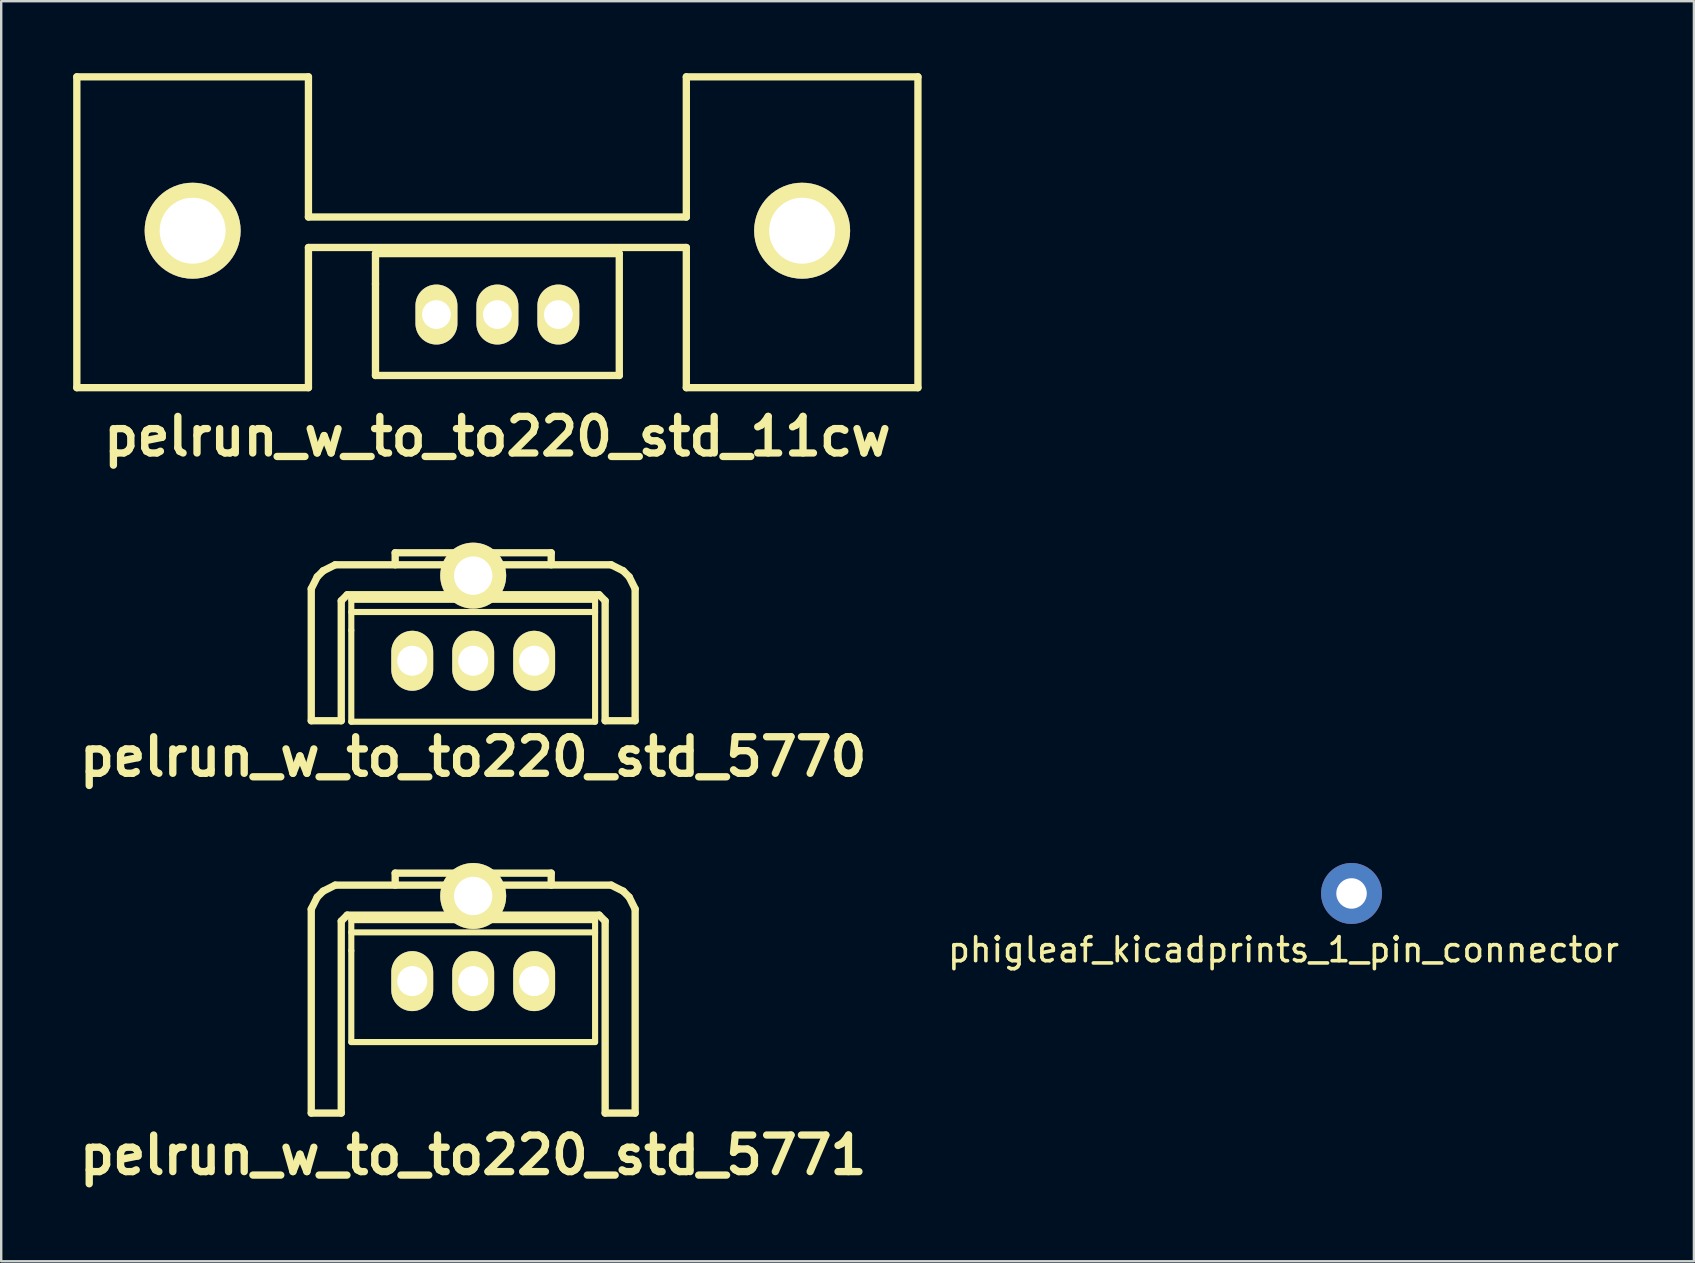
<source format=kicad_pcb>
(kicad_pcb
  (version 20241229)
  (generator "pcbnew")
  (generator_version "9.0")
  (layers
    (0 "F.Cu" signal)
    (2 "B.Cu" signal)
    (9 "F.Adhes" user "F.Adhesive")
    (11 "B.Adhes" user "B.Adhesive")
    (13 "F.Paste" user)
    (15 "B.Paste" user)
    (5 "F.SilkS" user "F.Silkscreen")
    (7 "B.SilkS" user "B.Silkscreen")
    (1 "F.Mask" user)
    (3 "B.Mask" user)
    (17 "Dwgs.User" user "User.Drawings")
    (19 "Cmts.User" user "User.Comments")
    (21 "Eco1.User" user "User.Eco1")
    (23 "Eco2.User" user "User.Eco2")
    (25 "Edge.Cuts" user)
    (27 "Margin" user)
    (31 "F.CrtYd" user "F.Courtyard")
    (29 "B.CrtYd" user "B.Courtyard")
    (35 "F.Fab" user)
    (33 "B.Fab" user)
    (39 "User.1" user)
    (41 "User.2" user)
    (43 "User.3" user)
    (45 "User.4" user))
  (footprint "pelrun_w_to_to220_std_5771"
    (layer "F.Cu")
    (at 16.67 37.837)
    (property "Reference" "pelrun_w_to_to220_std_5771" (at 0 7.249 0) (layer "F.SilkS") (effects (font (size 1.524 1.524) (thickness 0.305))))
    (attr through_hole)
    (fp_line (start -6.749 -3) (end -6.749 5.499) (stroke (width 0.305) (type solid)) (layer "F.SilkS"))
    (fp_line (start -6.749 -3) (end -6.5 -3.5) (stroke (width 0.305) (type solid)) (layer "F.SilkS"))
    (fp_line (start -6.5 -3.5) (end -6.251 -3.749) (stroke (width 0.305) (type solid)) (layer "F.SilkS"))
    (fp_line (start -6.251 -3.749) (end -5.751 -4) (stroke (width 0.305) (type solid)) (layer "F.SilkS"))
    (fp_line (start -5.499 -2.499) (end -5.25 -2.751) (stroke (width 0.305) (type solid)) (layer "F.SilkS"))
    (fp_line (start -5.499 5.499) (end -6.749 5.499) (stroke (width 0.305) (type solid)) (layer "F.SilkS"))
    (fp_line (start -5.499 5.499) (end -5.499 -2.499) (stroke (width 0.305) (type solid)) (layer "F.SilkS"))
    (fp_line (start -5.25 -2.751) (end 5.25 -2.751) (stroke (width 0.305) (type solid)) (layer "F.SilkS"))
    (fp_line (start -5.08 -2.54) (end -5.08 -1.27) (stroke (width 0.254) (type solid)) (layer "F.SilkS"))
    (fp_line (start -5.08 -2.032) (end 5.08 -2.032) (stroke (width 0.254) (type solid)) (layer "F.SilkS"))
    (fp_line (start -5.08 -1.27) (end -5.08 2.54) (stroke (width 0.254) (type solid)) (layer "F.SilkS"))
    (fp_line (start -5.08 2.54) (end 5.08 2.54) (stroke (width 0.254) (type solid)) (layer "F.SilkS"))
    (fp_line (start -3.251 -4.501) (end 3.251 -4.501) (stroke (width 0.305) (type solid)) (layer "F.SilkS"))
    (fp_line (start -3.251 -4) (end -3.251 -4.501) (stroke (width 0.305) (type solid)) (layer "F.SilkS"))
    (fp_line (start 3.251 -4.501) (end 3.251 -4) (stroke (width 0.305) (type solid)) (layer "F.SilkS"))
    (fp_line (start 5.08 -2.54) (end -5.08 -2.54) (stroke (width 0.254) (type solid)) (layer "F.SilkS"))
    (fp_line (start 5.08 2.54) (end 5.08 -2.54) (stroke (width 0.254) (type solid)) (layer "F.SilkS"))
    (fp_line (start 5.25 -2.751) (end 5.499 -2.499) (stroke (width 0.305) (type solid)) (layer "F.SilkS"))
    (fp_line (start 5.499 5.499) (end 5.499 -2.499) (stroke (width 0.305) (type solid)) (layer "F.SilkS"))
    (fp_line (start 5.751 -4) (end -5.751 -4) (stroke (width 0.305) (type solid)) (layer "F.SilkS"))
    (fp_line (start 5.751 -4) (end 6.251 -3.749) (stroke (width 0.305) (type solid)) (layer "F.SilkS"))
    (fp_line (start 6.251 -3.749) (end 6.5 -3.5) (stroke (width 0.305) (type solid)) (layer "F.SilkS"))
    (fp_line (start 6.5 -3.5) (end 6.749 -3) (stroke (width 0.305) (type solid)) (layer "F.SilkS"))
    (fp_line (start 6.749 -3) (end 6.749 5.499) (stroke (width 0.305) (type solid)) (layer "F.SilkS"))
    (fp_line (start 6.749 5.499) (end 5.499 5.499) (stroke (width 0.305) (type solid)) (layer "F.SilkS"))
    (pad "" thru_hole circle (at 0 -3.548) (size 2.748 2.748) (drill 1.598) (layers "*.Cu" "*.Mask" "F.SilkS"))
    (pad "1" thru_hole oval (at 2.54 0) (size 1.745 2.499) (drill 1.25) (layers "*.Cu" "*.Mask" "F.SilkS"))
    (pad "2" thru_hole oval (at 0 0) (size 1.745 2.499) (drill 1.25) (layers "*.Cu" "*.Mask" "F.SilkS"))
    (pad "3" thru_hole oval (at -2.54 0) (size 1.745 2.499) (drill 1.25) (layers "*.Cu" "*.Mask" "F.SilkS")))
  (footprint "pelrun_w_to_to220_std_11cw"
    (layer "F.Cu")
    (at 17.678 10.058)
    (property "Reference" "pelrun_w_to_to220_std_11cw" (at 0 5.08 0) (layer "F.SilkS") (effects (font (size 1.524 1.524) (thickness 0.305))))
    (attr through_hole)
    (fp_line (start -17.526 -9.906) (end -17.526 3.048) (stroke (width 0.305) (type solid)) (layer "F.SilkS"))
    (fp_line (start -17.526 3.048) (end -7.874 3.048) (stroke (width 0.305) (type solid)) (layer "F.SilkS"))
    (fp_line (start -7.874 -9.906) (end -17.526 -9.906) (stroke (width 0.305) (type solid)) (layer "F.SilkS"))
    (fp_line (start -7.874 -9.906) (end -7.874 -4.064) (stroke (width 0.305) (type solid)) (layer "F.SilkS"))
    (fp_line (start -7.874 -2.794) (end -7.874 3.048) (stroke (width 0.305) (type solid)) (layer "F.SilkS"))
    (fp_line (start -7.874 -2.794) (end 7.874 -2.794) (stroke (width 0.305) (type solid)) (layer "F.SilkS"))
    (fp_line (start -5.08 -2.54) (end -5.08 -1.27) (stroke (width 0.305) (type solid)) (layer "F.SilkS"))
    (fp_line (start -5.08 -1.27) (end -5.08 2.54) (stroke (width 0.305) (type solid)) (layer "F.SilkS"))
    (fp_line (start -5.08 2.54) (end 5.08 2.54) (stroke (width 0.305) (type solid)) (layer "F.SilkS"))
    (fp_line (start 5.08 -2.54) (end -5.08 -2.54) (stroke (width 0.305) (type solid)) (layer "F.SilkS"))
    (fp_line (start 5.08 2.54) (end 5.08 -2.54) (stroke (width 0.305) (type solid)) (layer "F.SilkS"))
    (fp_line (start 7.874 -9.906) (end 7.874 -4.064) (stroke (width 0.305) (type solid)) (layer "F.SilkS"))
    (fp_line (start 7.874 -4.064) (end -7.874 -4.064) (stroke (width 0.305) (type solid)) (layer "F.SilkS"))
    (fp_line (start 7.874 3.048) (end 7.874 -2.794) (stroke (width 0.305) (type solid)) (layer "F.SilkS"))
    (fp_line (start 7.874 3.048) (end 17.526 3.048) (stroke (width 0.305) (type solid)) (layer "F.SilkS"))
    (fp_line (start 17.526 -9.906) (end 7.874 -9.906) (stroke (width 0.305) (type solid)) (layer "F.SilkS"))
    (fp_line (start 17.526 -9.906) (end 17.526 3.048) (stroke (width 0.305) (type solid)) (layer "F.SilkS"))
    (pad "" thru_hole circle (at -12.7 -3.493) (size 4 4) (drill 2.748) (layers "*.Cu" "*.Mask" "F.SilkS"))
    (pad "" thru_hole circle (at 12.7 -3.493) (size 4 4) (drill 2.748) (layers "*.Cu" "*.Mask" "F.SilkS"))
    (pad "1" thru_hole oval (at 2.54 0) (size 1.745 2.499) (drill 1.199) (layers "*.Cu" "*.Mask" "F.SilkS"))
    (pad "2" thru_hole oval (at 0 0) (size 1.748 2.499) (drill 1.199) (layers "*.Cu" "*.Mask" "F.SilkS"))
    (pad "3" thru_hole oval (at -2.54 0) (size 1.748 2.499) (drill 1.199) (layers "*.Cu" "*.Mask" "F.SilkS")))
  (footprint "pelrun_w_to_to220_std_5770"
    (layer "F.Cu")
    (at 16.67 24.487)
    (property "Reference" "pelrun_w_to_to220_std_5770" (at 0 4 0) (layer "F.SilkS") (effects (font (size 1.524 1.524) (thickness 0.305))))
    (attr through_hole)
    (fp_line (start -6.749 -3) (end -6.5 -3.5) (stroke (width 0.305) (type solid)) (layer "F.SilkS"))
    (fp_line (start -6.749 2.499) (end -6.749 -3) (stroke (width 0.305) (type solid)) (layer "F.SilkS"))
    (fp_line (start -6.5 -3.5) (end -6.251 -3.749) (stroke (width 0.305) (type solid)) (layer "F.SilkS"))
    (fp_line (start -6.251 -3.749) (end -5.751 -4) (stroke (width 0.305) (type solid)) (layer "F.SilkS"))
    (fp_line (start -5.499 -2.499) (end -5.499 2.499) (stroke (width 0.305) (type solid)) (layer "F.SilkS"))
    (fp_line (start -5.499 -2.499) (end -5.25 -2.751) (stroke (width 0.305) (type solid)) (layer "F.SilkS"))
    (fp_line (start -5.499 2.499) (end -6.749 2.499) (stroke (width 0.305) (type solid)) (layer "F.SilkS"))
    (fp_line (start -5.25 -2.751) (end 5.25 -2.751) (stroke (width 0.305) (type solid)) (layer "F.SilkS"))
    (fp_line (start -5.08 -2.54) (end -5.08 -1.27) (stroke (width 0.254) (type solid)) (layer "F.SilkS"))
    (fp_line (start -5.08 -2.032) (end 5.08 -2.032) (stroke (width 0.254) (type solid)) (layer "F.SilkS"))
    (fp_line (start -5.08 -1.27) (end -5.08 2.54) (stroke (width 0.254) (type solid)) (layer "F.SilkS"))
    (fp_line (start -5.08 2.54) (end 5.08 2.54) (stroke (width 0.254) (type solid)) (layer "F.SilkS"))
    (fp_line (start -3.251 -4.501) (end 3.251 -4.501) (stroke (width 0.305) (type solid)) (layer "F.SilkS"))
    (fp_line (start -3.251 -4) (end -3.251 -4.501) (stroke (width 0.305) (type solid)) (layer "F.SilkS"))
    (fp_line (start 3.251 -4.501) (end 3.251 -4) (stroke (width 0.305) (type solid)) (layer "F.SilkS"))
    (fp_line (start 5.08 -2.54) (end -5.08 -2.54) (stroke (width 0.254) (type solid)) (layer "F.SilkS"))
    (fp_line (start 5.08 2.54) (end 5.08 -2.54) (stroke (width 0.254) (type solid)) (layer "F.SilkS"))
    (fp_line (start 5.25 -2.751) (end 5.499 -2.499) (stroke (width 0.305) (type solid)) (layer "F.SilkS"))
    (fp_line (start 5.499 2.499) (end 5.499 -2.499) (stroke (width 0.305) (type solid)) (layer "F.SilkS"))
    (fp_line (start 5.751 -4) (end -5.751 -4) (stroke (width 0.305) (type solid)) (layer "F.SilkS"))
    (fp_line (start 5.751 -4) (end 6.251 -3.749) (stroke (width 0.305) (type solid)) (layer "F.SilkS"))
    (fp_line (start 6.251 -3.749) (end 6.5 -3.5) (stroke (width 0.305) (type solid)) (layer "F.SilkS"))
    (fp_line (start 6.5 -3.5) (end 6.749 -3) (stroke (width 0.305) (type solid)) (layer "F.SilkS"))
    (fp_line (start 6.749 -3) (end 6.749 2.499) (stroke (width 0.305) (type solid)) (layer "F.SilkS"))
    (fp_line (start 6.749 2.499) (end 5.499 2.499) (stroke (width 0.305) (type solid)) (layer "F.SilkS"))
    (pad "" thru_hole circle (at 0 -3.548) (size 2.748 2.748) (drill 1.598) (layers "*.Cu" "*.Mask" "F.SilkS"))
    (pad "1" thru_hole oval (at 2.54 0) (size 1.745 2.499) (drill 1.25) (layers "*.Cu" "*.Mask" "F.SilkS"))
    (pad "2" thru_hole oval (at 0 0) (size 1.745 2.499) (drill 1.25) (layers "*.Cu" "*.Mask" "F.SilkS"))
    (pad "3" thru_hole oval (at -2.54 0) (size 1.745 2.499) (drill 1.25) (layers "*.Cu" "*.Mask" "F.SilkS")))
  (footprint "phigleaf_kicadprints_1_pin_connector"
    (layer "F.Cu")
    (at 53.274 34.184)
    (property "Reference" "phigleaf_kicadprints_1_pin_connector" (at -2.833 2.346 0) (layer "F.SilkS") (effects (font (size 1 1) (thickness 0.15))))
    (attr through_hole)
    (pad "1" thru_hole circle (at 0 0) (size 2.54 2.54) (drill 1.27) (layers "*.Cu" "*.Mask")))
  (gr_rect
    (start -3 -3)
    (end 67.542 49.512)
    (stroke (width 0.1) (type default))
    (fill no)
    (layer "Edge.Cuts")))
</source>
